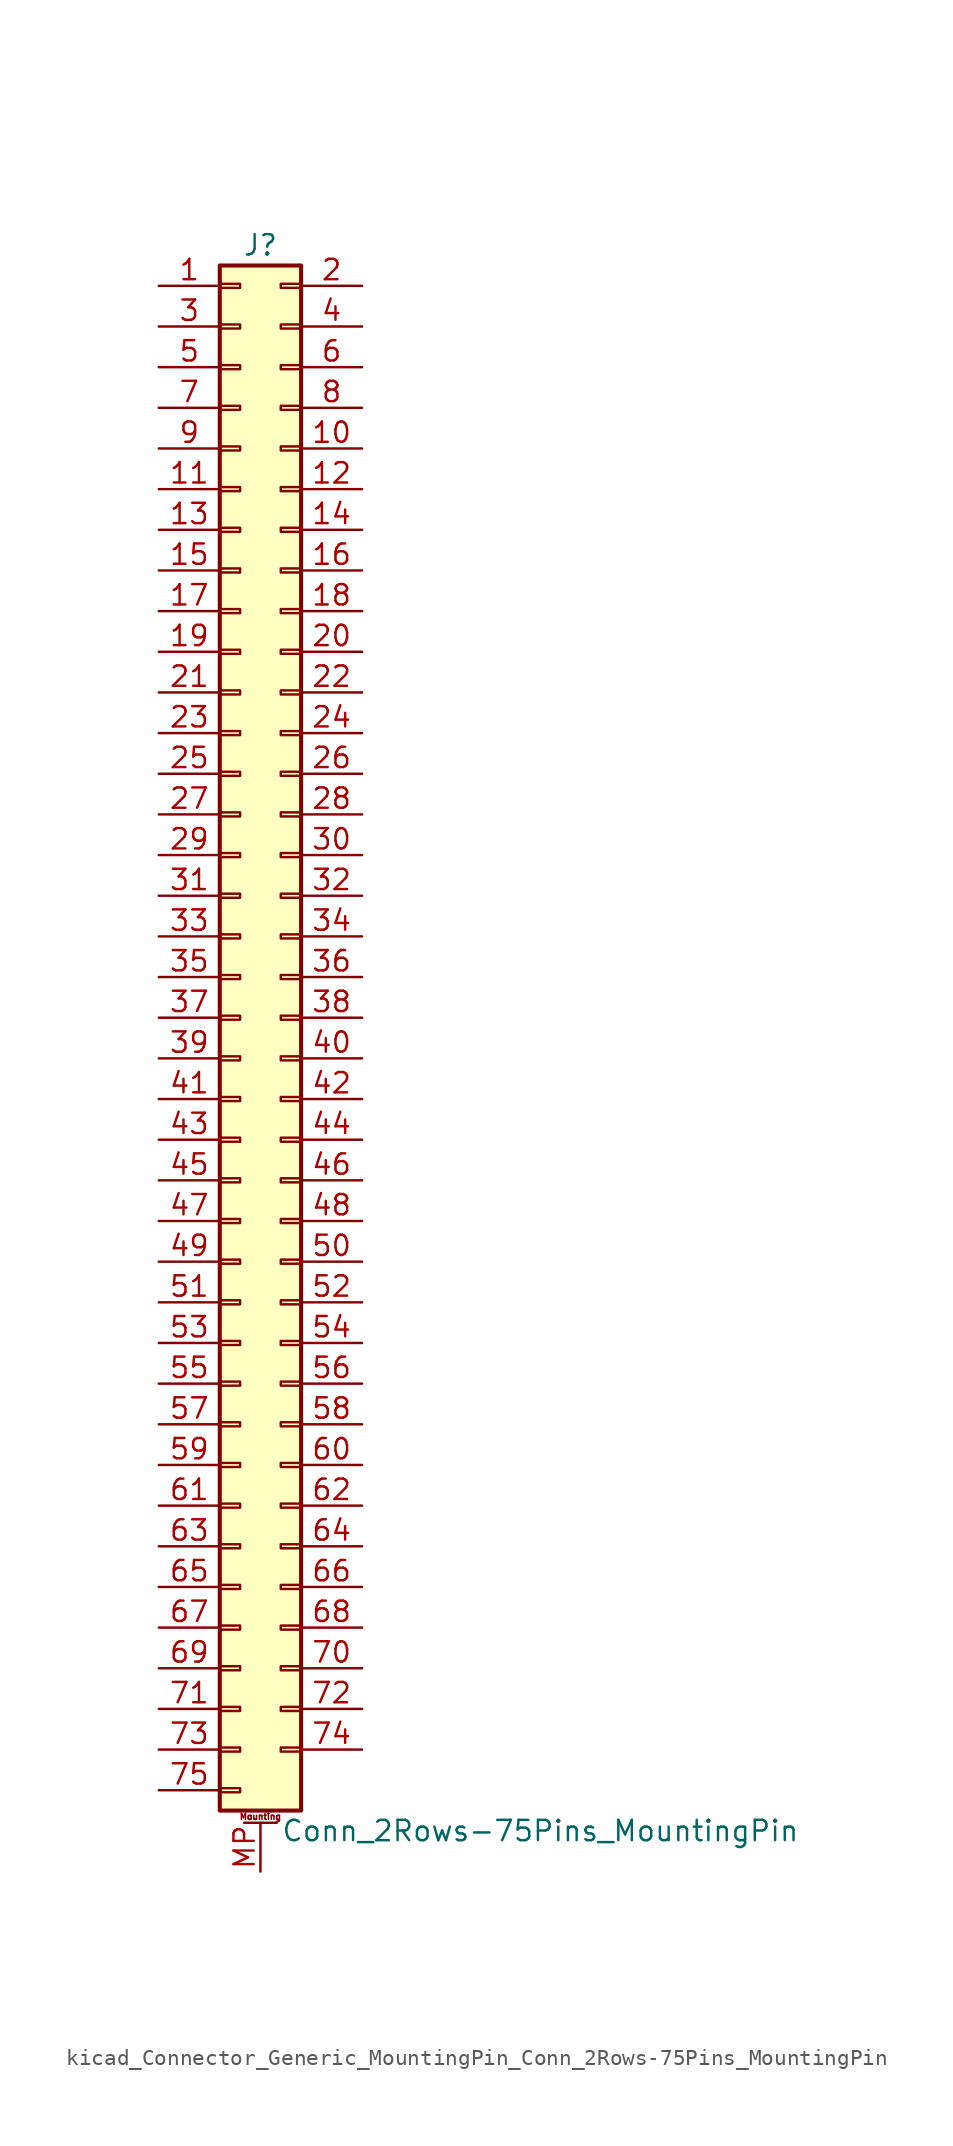
<source format=kicad_sym>
(kicad_symbol_lib
  (version 20220914)
  (generator kicad_symbol_editor)
  (symbol "kicad_Connector_Generic_MountingPin_Conn_2Rows-75Pins_MountingPin"
    (pin_names
      (offset 1.016) hide)
    (property "Reference" "J"
      (at 1.27 48.26 0)
      (effects (font (size 1.27 1.27))))
    (property "Value" "Conn_2Rows-75Pins_MountingPin"
      (at 2.54 -50.8 0)
      (effects (font (size 1.27 1.27)) (justify left)))
    (symbol "kicad_Connector_Generic_MountingPin_Conn_2Rows-75Pins_MountingPin_1_1"
      (rectangle (start -1.27 -48.133) (end 0 -48.387) (stroke (width 0.152) (type default)) (fill (type none)))
      (rectangle (start -1.27 -45.593) (end 0 -45.847) (stroke (width 0.152) (type default)) (fill (type none)))
      (rectangle (start -1.27 -43.053) (end 0 -43.307) (stroke (width 0.152) (type default)) (fill (type none)))
      (rectangle (start -1.27 -40.513) (end 0 -40.767) (stroke (width 0.152) (type default)) (fill (type none)))
      (rectangle (start -1.27 -37.973) (end 0 -38.227) (stroke (width 0.152) (type default)) (fill (type none)))
      (rectangle (start -1.27 -35.433) (end 0 -35.687) (stroke (width 0.152) (type default)) (fill (type none)))
      (rectangle (start -1.27 -32.893) (end 0 -33.147) (stroke (width 0.152) (type default)) (fill (type none)))
      (rectangle (start -1.27 -30.353) (end 0 -30.607) (stroke (width 0.152) (type default)) (fill (type none)))
      (rectangle (start -1.27 -27.813) (end 0 -28.067) (stroke (width 0.152) (type default)) (fill (type none)))
      (rectangle (start -1.27 -25.273) (end 0 -25.527) (stroke (width 0.152) (type default)) (fill (type none)))
      (rectangle (start -1.27 -22.733) (end 0 -22.987) (stroke (width 0.152) (type default)) (fill (type none)))
      (rectangle (start -1.27 -20.193) (end 0 -20.447) (stroke (width 0.152) (type default)) (fill (type none)))
      (rectangle (start -1.27 -17.653) (end 0 -17.907) (stroke (width 0.152) (type default)) (fill (type none)))
      (rectangle (start -1.27 -15.113) (end 0 -15.367) (stroke (width 0.152) (type default)) (fill (type none)))
      (rectangle (start -1.27 -12.573) (end 0 -12.827) (stroke (width 0.152) (type default)) (fill (type none)))
      (rectangle (start -1.27 -10.033) (end 0 -10.287) (stroke (width 0.152) (type default)) (fill (type none)))
      (rectangle (start -1.27 -7.493) (end 0 -7.747) (stroke (width 0.152) (type default)) (fill (type none)))
      (rectangle (start -1.27 -4.953) (end 0 -5.207) (stroke (width 0.152) (type default)) (fill (type none)))
      (rectangle (start -1.27 -2.413) (end 0 -2.667) (stroke (width 0.152) (type default)) (fill (type none)))
      (rectangle (start -1.27 0.127) (end 0 -0.127) (stroke (width 0.152) (type default)) (fill (type none)))
      (rectangle (start -1.27 2.667) (end 0 2.413) (stroke (width 0.152) (type default)) (fill (type none)))
      (rectangle (start -1.27 5.207) (end 0 4.953) (stroke (width 0.152) (type default)) (fill (type none)))
      (rectangle (start -1.27 7.747) (end 0 7.493) (stroke (width 0.152) (type default)) (fill (type none)))
      (rectangle (start -1.27 10.287) (end 0 10.033) (stroke (width 0.152) (type default)) (fill (type none)))
      (rectangle (start -1.27 12.827) (end 0 12.573) (stroke (width 0.152) (type default)) (fill (type none)))
      (rectangle (start -1.27 15.367) (end 0 15.113) (stroke (width 0.152) (type default)) (fill (type none)))
      (rectangle (start -1.27 17.907) (end 0 17.653) (stroke (width 0.152) (type default)) (fill (type none)))
      (rectangle (start -1.27 20.447) (end 0 20.193) (stroke (width 0.152) (type default)) (fill (type none)))
      (rectangle (start -1.27 22.987) (end 0 22.733) (stroke (width 0.152) (type default)) (fill (type none)))
      (rectangle (start -1.27 25.527) (end 0 25.273) (stroke (width 0.152) (type default)) (fill (type none)))
      (rectangle (start -1.27 28.067) (end 0 27.813) (stroke (width 0.152) (type default)) (fill (type none)))
      (rectangle (start -1.27 30.607) (end 0 30.353) (stroke (width 0.152) (type default)) (fill (type none)))
      (rectangle (start -1.27 33.147) (end 0 32.893) (stroke (width 0.152) (type default)) (fill (type none)))
      (rectangle (start -1.27 35.687) (end 0 35.433) (stroke (width 0.152) (type default)) (fill (type none)))
      (rectangle (start -1.27 38.227) (end 0 37.973) (stroke (width 0.152) (type default)) (fill (type none)))
      (rectangle (start -1.27 40.767) (end 0 40.513) (stroke (width 0.152) (type default)) (fill (type none)))
      (rectangle (start -1.27 43.307) (end 0 43.053) (stroke (width 0.152) (type default)) (fill (type none)))
      (rectangle (start -1.27 45.847) (end 0 45.593) (stroke (width 0.152) (type default)) (fill (type none)))
      (rectangle (start -1.27 46.99) (end 3.81 -49.53) (stroke (width 0.254) (type default)) (fill (type background)))
      (polyline (pts (xy 0.254 -50.292) (xy 2.286 -50.292)) (stroke (width 0.152) (type default)) (fill (type none)))
      (rectangle (start 3.81 -45.593) (end 2.54 -45.847) (stroke (width 0.152) (type default)) (fill (type none)))
      (rectangle (start 3.81 -43.053) (end 2.54 -43.307) (stroke (width 0.152) (type default)) (fill (type none)))
      (rectangle (start 3.81 -40.513) (end 2.54 -40.767) (stroke (width 0.152) (type default)) (fill (type none)))
      (rectangle (start 3.81 -37.973) (end 2.54 -38.227) (stroke (width 0.152) (type default)) (fill (type none)))
      (rectangle (start 3.81 -35.433) (end 2.54 -35.687) (stroke (width 0.152) (type default)) (fill (type none)))
      (rectangle (start 3.81 -32.893) (end 2.54 -33.147) (stroke (width 0.152) (type default)) (fill (type none)))
      (rectangle (start 3.81 -30.353) (end 2.54 -30.607) (stroke (width 0.152) (type default)) (fill (type none)))
      (rectangle (start 3.81 -27.813) (end 2.54 -28.067) (stroke (width 0.152) (type default)) (fill (type none)))
      (rectangle (start 3.81 -25.273) (end 2.54 -25.527) (stroke (width 0.152) (type default)) (fill (type none)))
      (rectangle (start 3.81 -22.733) (end 2.54 -22.987) (stroke (width 0.152) (type default)) (fill (type none)))
      (rectangle (start 3.81 -20.193) (end 2.54 -20.447) (stroke (width 0.152) (type default)) (fill (type none)))
      (rectangle (start 3.81 -17.653) (end 2.54 -17.907) (stroke (width 0.152) (type default)) (fill (type none)))
      (rectangle (start 3.81 -15.113) (end 2.54 -15.367) (stroke (width 0.152) (type default)) (fill (type none)))
      (rectangle (start 3.81 -12.573) (end 2.54 -12.827) (stroke (width 0.152) (type default)) (fill (type none)))
      (rectangle (start 3.81 -10.033) (end 2.54 -10.287) (stroke (width 0.152) (type default)) (fill (type none)))
      (rectangle (start 3.81 -7.493) (end 2.54 -7.747) (stroke (width 0.152) (type default)) (fill (type none)))
      (rectangle (start 3.81 -4.953) (end 2.54 -5.207) (stroke (width 0.152) (type default)) (fill (type none)))
      (rectangle (start 3.81 -2.413) (end 2.54 -2.667) (stroke (width 0.152) (type default)) (fill (type none)))
      (rectangle (start 3.81 0.127) (end 2.54 -0.127) (stroke (width 0.152) (type default)) (fill (type none)))
      (rectangle (start 3.81 2.667) (end 2.54 2.413) (stroke (width 0.152) (type default)) (fill (type none)))
      (rectangle (start 3.81 5.207) (end 2.54 4.953) (stroke (width 0.152) (type default)) (fill (type none)))
      (rectangle (start 3.81 7.747) (end 2.54 7.493) (stroke (width 0.152) (type default)) (fill (type none)))
      (rectangle (start 3.81 10.287) (end 2.54 10.033) (stroke (width 0.152) (type default)) (fill (type none)))
      (rectangle (start 3.81 12.827) (end 2.54 12.573) (stroke (width 0.152) (type default)) (fill (type none)))
      (rectangle (start 3.81 15.367) (end 2.54 15.113) (stroke (width 0.152) (type default)) (fill (type none)))
      (rectangle (start 3.81 17.907) (end 2.54 17.653) (stroke (width 0.152) (type default)) (fill (type none)))
      (rectangle (start 3.81 20.447) (end 2.54 20.193) (stroke (width 0.152) (type default)) (fill (type none)))
      (rectangle (start 3.81 22.987) (end 2.54 22.733) (stroke (width 0.152) (type default)) (fill (type none)))
      (rectangle (start 3.81 25.527) (end 2.54 25.273) (stroke (width 0.152) (type default)) (fill (type none)))
      (rectangle (start 3.81 28.067) (end 2.54 27.813) (stroke (width 0.152) (type default)) (fill (type none)))
      (rectangle (start 3.81 30.607) (end 2.54 30.353) (stroke (width 0.152) (type default)) (fill (type none)))
      (rectangle (start 3.81 33.147) (end 2.54 32.893) (stroke (width 0.152) (type default)) (fill (type none)))
      (rectangle (start 3.81 35.687) (end 2.54 35.433) (stroke (width 0.152) (type default)) (fill (type none)))
      (rectangle (start 3.81 38.227) (end 2.54 37.973) (stroke (width 0.152) (type default)) (fill (type none)))
      (rectangle (start 3.81 40.767) (end 2.54 40.513) (stroke (width 0.152) (type default)) (fill (type none)))
      (rectangle (start 3.81 43.307) (end 2.54 43.053) (stroke (width 0.152) (type default)) (fill (type none)))
      (rectangle (start 3.81 45.847) (end 2.54 45.593) (stroke (width 0.152) (type default)) (fill (type none)))
      (text "Mounting" (at 1.27 -49.911 0) (effects (font (size 0.381 0.381))))
      (pin passive line (at -5.08 45.72 0) (length 3.81) (name "Pin_1" (effects (font (size 1.27 1.27)))) (number "1" (effects (font (size 1.27 1.27)))))
      (pin passive line (at 7.62 35.56 180) (length 3.81) (name "Pin_10" (effects (font (size 1.27 1.27)))) (number "10" (effects (font (size 1.27 1.27)))))
      (pin passive line (at -5.08 33.02 0) (length 3.81) (name "Pin_11" (effects (font (size 1.27 1.27)))) (number "11" (effects (font (size 1.27 1.27)))))
      (pin passive line (at 7.62 33.02 180) (length 3.81) (name "Pin_12" (effects (font (size 1.27 1.27)))) (number "12" (effects (font (size 1.27 1.27)))))
      (pin passive line (at -5.08 30.48 0) (length 3.81) (name "Pin_13" (effects (font (size 1.27 1.27)))) (number "13" (effects (font (size 1.27 1.27)))))
      (pin passive line (at 7.62 30.48 180) (length 3.81) (name "Pin_14" (effects (font (size 1.27 1.27)))) (number "14" (effects (font (size 1.27 1.27)))))
      (pin passive line (at -5.08 27.94 0) (length 3.81) (name "Pin_15" (effects (font (size 1.27 1.27)))) (number "15" (effects (font (size 1.27 1.27)))))
      (pin passive line (at 7.62 27.94 180) (length 3.81) (name "Pin_16" (effects (font (size 1.27 1.27)))) (number "16" (effects (font (size 1.27 1.27)))))
      (pin passive line (at -5.08 25.4 0) (length 3.81) (name "Pin_17" (effects (font (size 1.27 1.27)))) (number "17" (effects (font (size 1.27 1.27)))))
      (pin passive line (at 7.62 25.4 180) (length 3.81) (name "Pin_18" (effects (font (size 1.27 1.27)))) (number "18" (effects (font (size 1.27 1.27)))))
      (pin passive line (at -5.08 22.86 0) (length 3.81) (name "Pin_19" (effects (font (size 1.27 1.27)))) (number "19" (effects (font (size 1.27 1.27)))))
      (pin passive line (at 7.62 45.72 180) (length 3.81) (name "Pin_2" (effects (font (size 1.27 1.27)))) (number "2" (effects (font (size 1.27 1.27)))))
      (pin passive line (at 7.62 22.86 180) (length 3.81) (name "Pin_20" (effects (font (size 1.27 1.27)))) (number "20" (effects (font (size 1.27 1.27)))))
      (pin passive line (at -5.08 20.32 0) (length 3.81) (name "Pin_21" (effects (font (size 1.27 1.27)))) (number "21" (effects (font (size 1.27 1.27)))))
      (pin passive line (at 7.62 20.32 180) (length 3.81) (name "Pin_22" (effects (font (size 1.27 1.27)))) (number "22" (effects (font (size 1.27 1.27)))))
      (pin passive line (at -5.08 17.78 0) (length 3.81) (name "Pin_23" (effects (font (size 1.27 1.27)))) (number "23" (effects (font (size 1.27 1.27)))))
      (pin passive line (at 7.62 17.78 180) (length 3.81) (name "Pin_24" (effects (font (size 1.27 1.27)))) (number "24" (effects (font (size 1.27 1.27)))))
      (pin passive line (at -5.08 15.24 0) (length 3.81) (name "Pin_25" (effects (font (size 1.27 1.27)))) (number "25" (effects (font (size 1.27 1.27)))))
      (pin passive line (at 7.62 15.24 180) (length 3.81) (name "Pin_26" (effects (font (size 1.27 1.27)))) (number "26" (effects (font (size 1.27 1.27)))))
      (pin passive line (at -5.08 12.7 0) (length 3.81) (name "Pin_27" (effects (font (size 1.27 1.27)))) (number "27" (effects (font (size 1.27 1.27)))))
      (pin passive line (at 7.62 12.7 180) (length 3.81) (name "Pin_28" (effects (font (size 1.27 1.27)))) (number "28" (effects (font (size 1.27 1.27)))))
      (pin passive line (at -5.08 10.16 0) (length 3.81) (name "Pin_29" (effects (font (size 1.27 1.27)))) (number "29" (effects (font (size 1.27 1.27)))))
      (pin passive line (at -5.08 43.18 0) (length 3.81) (name "Pin_3" (effects (font (size 1.27 1.27)))) (number "3" (effects (font (size 1.27 1.27)))))
      (pin passive line (at 7.62 10.16 180) (length 3.81) (name "Pin_30" (effects (font (size 1.27 1.27)))) (number "30" (effects (font (size 1.27 1.27)))))
      (pin passive line (at -5.08 7.62 0) (length 3.81) (name "Pin_31" (effects (font (size 1.27 1.27)))) (number "31" (effects (font (size 1.27 1.27)))))
      (pin passive line (at 7.62 7.62 180) (length 3.81) (name "Pin_32" (effects (font (size 1.27 1.27)))) (number "32" (effects (font (size 1.27 1.27)))))
      (pin passive line (at -5.08 5.08 0) (length 3.81) (name "Pin_33" (effects (font (size 1.27 1.27)))) (number "33" (effects (font (size 1.27 1.27)))))
      (pin passive line (at 7.62 5.08 180) (length 3.81) (name "Pin_34" (effects (font (size 1.27 1.27)))) (number "34" (effects (font (size 1.27 1.27)))))
      (pin passive line (at -5.08 2.54 0) (length 3.81) (name "Pin_35" (effects (font (size 1.27 1.27)))) (number "35" (effects (font (size 1.27 1.27)))))
      (pin passive line (at 7.62 2.54 180) (length 3.81) (name "Pin_36" (effects (font (size 1.27 1.27)))) (number "36" (effects (font (size 1.27 1.27)))))
      (pin passive line (at -5.08 0 0) (length 3.81) (name "Pin_37" (effects (font (size 1.27 1.27)))) (number "37" (effects (font (size 1.27 1.27)))))
      (pin passive line (at 7.62 0 180) (length 3.81) (name "Pin_38" (effects (font (size 1.27 1.27)))) (number "38" (effects (font (size 1.27 1.27)))))
      (pin passive line (at -5.08 -2.54 0) (length 3.81) (name "Pin_39" (effects (font (size 1.27 1.27)))) (number "39" (effects (font (size 1.27 1.27)))))
      (pin passive line (at 7.62 43.18 180) (length 3.81) (name "Pin_4" (effects (font (size 1.27 1.27)))) (number "4" (effects (font (size 1.27 1.27)))))
      (pin passive line (at 7.62 -2.54 180) (length 3.81) (name "Pin_40" (effects (font (size 1.27 1.27)))) (number "40" (effects (font (size 1.27 1.27)))))
      (pin passive line (at -5.08 -5.08 0) (length 3.81) (name "Pin_41" (effects (font (size 1.27 1.27)))) (number "41" (effects (font (size 1.27 1.27)))))
      (pin passive line (at 7.62 -5.08 180) (length 3.81) (name "Pin_42" (effects (font (size 1.27 1.27)))) (number "42" (effects (font (size 1.27 1.27)))))
      (pin passive line (at -5.08 -7.62 0) (length 3.81) (name "Pin_43" (effects (font (size 1.27 1.27)))) (number "43" (effects (font (size 1.27 1.27)))))
      (pin passive line (at 7.62 -7.62 180) (length 3.81) (name "Pin_44" (effects (font (size 1.27 1.27)))) (number "44" (effects (font (size 1.27 1.27)))))
      (pin passive line (at -5.08 -10.16 0) (length 3.81) (name "Pin_45" (effects (font (size 1.27 1.27)))) (number "45" (effects (font (size 1.27 1.27)))))
      (pin passive line (at 7.62 -10.16 180) (length 3.81) (name "Pin_46" (effects (font (size 1.27 1.27)))) (number "46" (effects (font (size 1.27 1.27)))))
      (pin passive line (at -5.08 -12.7 0) (length 3.81) (name "Pin_47" (effects (font (size 1.27 1.27)))) (number "47" (effects (font (size 1.27 1.27)))))
      (pin passive line (at 7.62 -12.7 180) (length 3.81) (name "Pin_48" (effects (font (size 1.27 1.27)))) (number "48" (effects (font (size 1.27 1.27)))))
      (pin passive line (at -5.08 -15.24 0) (length 3.81) (name "Pin_49" (effects (font (size 1.27 1.27)))) (number "49" (effects (font (size 1.27 1.27)))))
      (pin passive line (at -5.08 40.64 0) (length 3.81) (name "Pin_5" (effects (font (size 1.27 1.27)))) (number "5" (effects (font (size 1.27 1.27)))))
      (pin passive line (at 7.62 -15.24 180) (length 3.81) (name "Pin_50" (effects (font (size 1.27 1.27)))) (number "50" (effects (font (size 1.27 1.27)))))
      (pin passive line (at -5.08 -17.78 0) (length 3.81) (name "Pin_51" (effects (font (size 1.27 1.27)))) (number "51" (effects (font (size 1.27 1.27)))))
      (pin passive line (at 7.62 -17.78 180) (length 3.81) (name "Pin_52" (effects (font (size 1.27 1.27)))) (number "52" (effects (font (size 1.27 1.27)))))
      (pin passive line (at -5.08 -20.32 0) (length 3.81) (name "Pin_53" (effects (font (size 1.27 1.27)))) (number "53" (effects (font (size 1.27 1.27)))))
      (pin passive line (at 7.62 -20.32 180) (length 3.81) (name "Pin_54" (effects (font (size 1.27 1.27)))) (number "54" (effects (font (size 1.27 1.27)))))
      (pin passive line (at -5.08 -22.86 0) (length 3.81) (name "Pin_55" (effects (font (size 1.27 1.27)))) (number "55" (effects (font (size 1.27 1.27)))))
      (pin passive line (at 7.62 -22.86 180) (length 3.81) (name "Pin_56" (effects (font (size 1.27 1.27)))) (number "56" (effects (font (size 1.27 1.27)))))
      (pin passive line (at -5.08 -25.4 0) (length 3.81) (name "Pin_57" (effects (font (size 1.27 1.27)))) (number "57" (effects (font (size 1.27 1.27)))))
      (pin passive line (at 7.62 -25.4 180) (length 3.81) (name "Pin_58" (effects (font (size 1.27 1.27)))) (number "58" (effects (font (size 1.27 1.27)))))
      (pin passive line (at -5.08 -27.94 0) (length 3.81) (name "Pin_59" (effects (font (size 1.27 1.27)))) (number "59" (effects (font (size 1.27 1.27)))))
      (pin passive line (at 7.62 40.64 180) (length 3.81) (name "Pin_6" (effects (font (size 1.27 1.27)))) (number "6" (effects (font (size 1.27 1.27)))))
      (pin passive line (at 7.62 -27.94 180) (length 3.81) (name "Pin_60" (effects (font (size 1.27 1.27)))) (number "60" (effects (font (size 1.27 1.27)))))
      (pin passive line (at -5.08 -30.48 0) (length 3.81) (name "Pin_61" (effects (font (size 1.27 1.27)))) (number "61" (effects (font (size 1.27 1.27)))))
      (pin passive line (at 7.62 -30.48 180) (length 3.81) (name "Pin_62" (effects (font (size 1.27 1.27)))) (number "62" (effects (font (size 1.27 1.27)))))
      (pin passive line (at -5.08 -33.02 0) (length 3.81) (name "Pin_63" (effects (font (size 1.27 1.27)))) (number "63" (effects (font (size 1.27 1.27)))))
      (pin passive line (at 7.62 -33.02 180) (length 3.81) (name "Pin_64" (effects (font (size 1.27 1.27)))) (number "64" (effects (font (size 1.27 1.27)))))
      (pin passive line (at -5.08 -35.56 0) (length 3.81) (name "Pin_65" (effects (font (size 1.27 1.27)))) (number "65" (effects (font (size 1.27 1.27)))))
      (pin passive line (at 7.62 -35.56 180) (length 3.81) (name "Pin_66" (effects (font (size 1.27 1.27)))) (number "66" (effects (font (size 1.27 1.27)))))
      (pin passive line (at -5.08 -38.1 0) (length 3.81) (name "Pin_67" (effects (font (size 1.27 1.27)))) (number "67" (effects (font (size 1.27 1.27)))))
      (pin passive line (at 7.62 -38.1 180) (length 3.81) (name "Pin_68" (effects (font (size 1.27 1.27)))) (number "68" (effects (font (size 1.27 1.27)))))
      (pin passive line (at -5.08 -40.64 0) (length 3.81) (name "Pin_69" (effects (font (size 1.27 1.27)))) (number "69" (effects (font (size 1.27 1.27)))))
      (pin passive line (at -5.08 38.1 0) (length 3.81) (name "Pin_7" (effects (font (size 1.27 1.27)))) (number "7" (effects (font (size 1.27 1.27)))))
      (pin passive line (at 7.62 -40.64 180) (length 3.81) (name "Pin_70" (effects (font (size 1.27 1.27)))) (number "70" (effects (font (size 1.27 1.27)))))
      (pin passive line (at -5.08 -43.18 0) (length 3.81) (name "Pin_71" (effects (font (size 1.27 1.27)))) (number "71" (effects (font (size 1.27 1.27)))))
      (pin passive line (at 7.62 -43.18 180) (length 3.81) (name "Pin_72" (effects (font (size 1.27 1.27)))) (number "72" (effects (font (size 1.27 1.27)))))
      (pin passive line (at -5.08 -45.72 0) (length 3.81) (name "Pin_73" (effects (font (size 1.27 1.27)))) (number "73" (effects (font (size 1.27 1.27)))))
      (pin passive line (at 7.62 -45.72 180) (length 3.81) (name "Pin_74" (effects (font (size 1.27 1.27)))) (number "74" (effects (font (size 1.27 1.27)))))
      (pin passive line (at -5.08 -48.26 0) (length 3.81) (name "Pin_75" (effects (font (size 1.27 1.27)))) (number "75" (effects (font (size 1.27 1.27)))))
      (pin passive line (at 7.62 38.1 180) (length 3.81) (name "Pin_8" (effects (font (size 1.27 1.27)))) (number "8" (effects (font (size 1.27 1.27)))))
      (pin passive line (at -5.08 35.56 0) (length 3.81) (name "Pin_9" (effects (font (size 1.27 1.27)))) (number "9" (effects (font (size 1.27 1.27)))))
      (pin passive line (at 1.27 -53.34 90) (length 3.048) (name "MountPin" (effects (font (size 1.27 1.27)))) (number "MP" (effects (font (size 1.27 1.27))))))))
</source>
